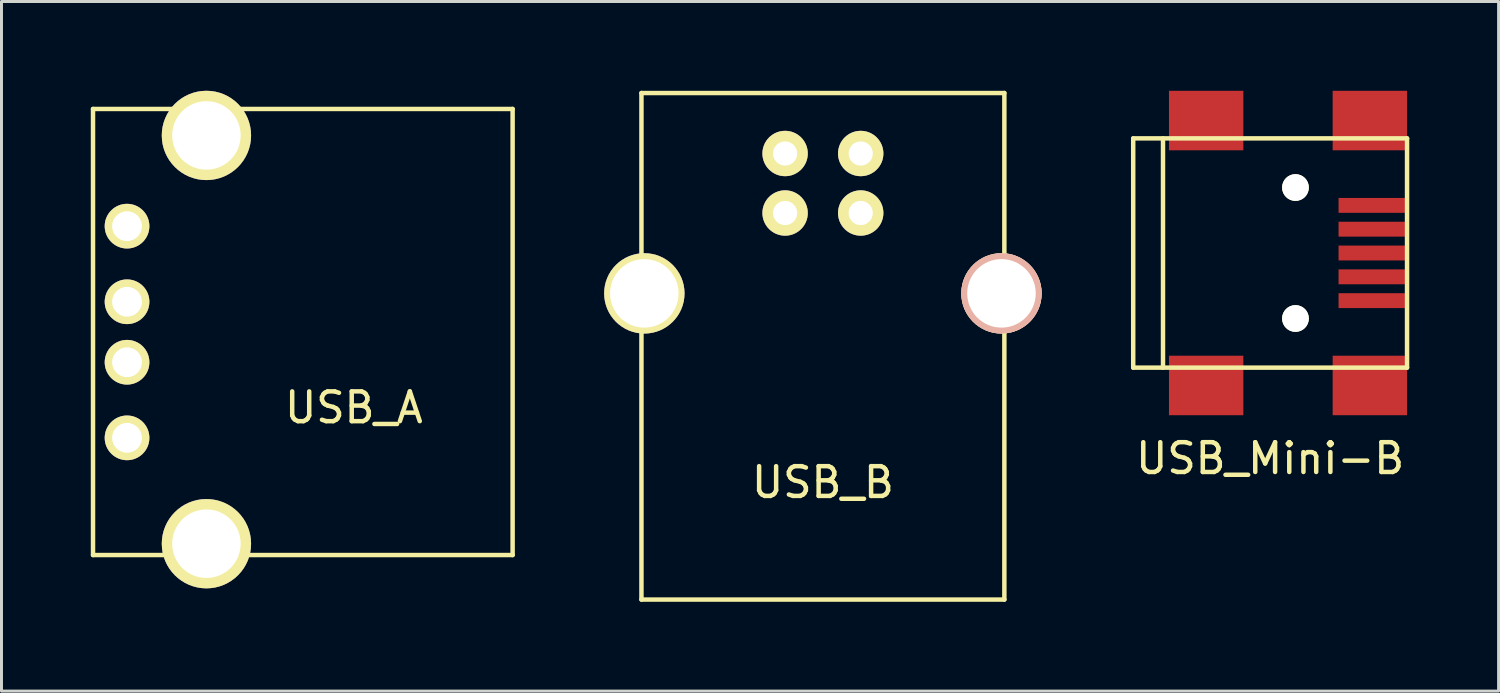
<source format=kicad_pcb>
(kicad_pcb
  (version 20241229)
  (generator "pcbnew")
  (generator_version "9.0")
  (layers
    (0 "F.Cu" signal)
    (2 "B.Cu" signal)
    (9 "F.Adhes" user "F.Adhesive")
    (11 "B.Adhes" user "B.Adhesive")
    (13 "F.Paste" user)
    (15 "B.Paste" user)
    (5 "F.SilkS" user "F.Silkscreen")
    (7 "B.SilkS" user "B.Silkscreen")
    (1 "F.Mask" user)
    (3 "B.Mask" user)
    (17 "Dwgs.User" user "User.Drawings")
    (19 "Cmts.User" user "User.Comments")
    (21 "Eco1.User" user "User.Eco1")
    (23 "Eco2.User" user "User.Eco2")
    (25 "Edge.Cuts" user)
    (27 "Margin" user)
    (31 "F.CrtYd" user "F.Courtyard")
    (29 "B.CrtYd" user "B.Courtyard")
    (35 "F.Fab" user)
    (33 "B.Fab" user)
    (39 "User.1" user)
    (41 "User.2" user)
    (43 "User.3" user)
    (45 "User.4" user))
  (footprint "USB_B"
    (layer "F.Cu")
    (at 24.596 6.806)
    (property "Reference" "USB_B" (at 0 6.35 0) (layer "F.SilkS") (effects (font (size 1 1) (thickness 0.15))))
    (attr through_hole)
    (fp_line (start -6.096 -6.731) (end -6.096 10.287) (stroke (width 0.15) (type solid)) (layer "F.SilkS"))
    (fp_line (start -6.096 10.287) (end 6.096 10.287) (stroke (width 0.15) (type solid)) (layer "F.SilkS"))
    (fp_line (start 6.096 -6.731) (end -6.096 -6.731) (stroke (width 0.15) (type solid)) (layer "F.SilkS"))
    (fp_line (start 6.096 10.287) (end 6.096 -6.731) (stroke (width 0.15) (type solid)) (layer "F.SilkS"))
    (pad "" np_thru_hole circle (at 5.999 0) (size 2.7 2.7) (drill 2.301) (layers "*.Cu" "*.SilkS" "*.Mask"))
    (pad "1" thru_hole circle (at 1.27 -4.699) (size 1.524 1.524) (drill 0.813) (layers "*.Cu" "*.Mask" "F.SilkS"))
    (pad "2" thru_hole circle (at -1.27 -4.699) (size 1.524 1.524) (drill 0.813) (layers "*.Cu" "*.Mask" "F.SilkS"))
    (pad "3" thru_hole circle (at -1.27 -2.7) (size 1.524 1.524) (drill 0.813) (layers "*.Cu" "*.Mask" "F.SilkS"))
    (pad "4" thru_hole circle (at 1.27 -2.7) (size 1.524 1.524) (drill 0.813) (layers "*.Cu" "*.Mask" "F.SilkS"))
    (pad "6" thru_hole circle (at -5.999 0) (size 2.7 2.7) (drill 2.301) (layers "*.Cu" "*.Mask" "F.SilkS")))
  (footprint "USB_A"
    (layer "F.Cu")
    (at 1.218 8.104)
    (property "Reference" "USB_A" (at 7.62 2.54 0) (layer "F.SilkS") (effects (font (size 1 1) (thickness 0.15))))
    (attr through_hole)
    (fp_line (start -1.143 -7.493) (end -1.143 7.493) (stroke (width 0.15) (type solid)) (layer "F.SilkS"))
    (fp_line (start -1.143 -7.493) (end 12.954 -7.493) (stroke (width 0.15) (type solid)) (layer "F.SilkS"))
    (fp_line (start 12.954 -7.493) (end 12.954 7.493) (stroke (width 0.15) (type solid)) (layer "F.SilkS"))
    (fp_line (start 12.954 7.493) (end -1.143 7.493) (stroke (width 0.15) (type solid)) (layer "F.SilkS"))
    (pad "1" thru_hole circle (at 0 3.556) (size 1.501 1.501) (drill 1.001) (layers "*.Cu" "*.Mask" "F.SilkS"))
    (pad "2" thru_hole circle (at 0 1.016) (size 1.501 1.501) (drill 1.001) (layers "*.Cu" "*.Mask" "F.SilkS"))
    (pad "3" thru_hole circle (at 0 -1.016) (size 1.501 1.501) (drill 1.001) (layers "*.Cu" "*.Mask" "F.SilkS"))
    (pad "4" thru_hole circle (at 0 -3.556) (size 1.501 1.501) (drill 1.001) (layers "*.Cu" "*.Mask" "F.SilkS"))
    (pad "5" thru_hole circle (at 2.667 -6.604) (size 3 3) (drill 2.301) (layers "*.Cu" "*.Mask" "F.SilkS"))
    (pad "6" thru_hole circle (at 2.667 7.112) (size 3 3) (drill 2.301) (layers "*.Cu" "*.Mask" "F.SilkS")))
  (footprint "USB_Mini-B"
    (layer "F.Cu")
    (at 39.621 5.45)
    (property "Reference" "USB_Mini-B" (at 0 6.901 0) (layer "F.SilkS") (effects (font (size 1 1) (thickness 0.15))))
    (attr through_hole)
    (fp_line (start -4.6 -3.851) (end -4.6 3.851) (stroke (width 0.15) (type solid)) (layer "F.SilkS"))
    (fp_line (start -4.6 3.851) (end 4.6 3.851) (stroke (width 0.15) (type solid)) (layer "F.SilkS"))
    (fp_line (start -3.599 -3.851) (end -3.599 3.851) (stroke (width 0.15) (type solid)) (layer "F.SilkS"))
    (fp_line (start 4.6 -3.851) (end -4.6 -3.851) (stroke (width 0.15) (type solid)) (layer "F.SilkS"))
    (fp_line (start 4.6 3.851) (end 4.6 -3.851) (stroke (width 0.15) (type solid)) (layer "F.SilkS"))
    (pad "" np_thru_hole circle (at 0.851 -2.2) (size 0.899 0.899) (drill 0.899) (layers "*.Cu" "*.Mask" "F.SilkS"))
    (pad "" np_thru_hole circle (at 0.851 2.2) (size 0.899 0.899) (drill 0.899) (layers "*.Cu" "*.Mask" "F.SilkS"))
    (pad "1" smd rect (at 3.449 -1.6) (size 2.301 0.5) (layers "F.Cu" "F.Mask" "F.Paste"))
    (pad "2" smd rect (at 3.449 -0.8) (size 2.301 0.5) (layers "F.Cu" "F.Mask" "F.Paste"))
    (pad "3" smd rect (at 3.449 0) (size 2.301 0.5) (layers "F.Cu" "F.Mask" "F.Paste"))
    (pad "4" smd rect (at 3.449 0.8) (size 2.301 0.5) (layers "F.Cu" "F.Mask" "F.Paste"))
    (pad "5" smd rect (at 3.449 1.6) (size 2.301 0.5) (layers "F.Cu" "F.Mask" "F.Paste"))
    (pad "6" smd rect (at 3.35 -4.45) (size 2.499 1.999) (layers "F.Cu" "F.Mask" "F.Paste"))
    (pad "7" smd rect (at -2.149 -4.45) (size 2.499 1.999) (layers "F.Cu" "F.Mask" "F.Paste"))
    (pad "8" smd rect (at 3.35 4.45) (size 2.499 1.999) (layers "F.Cu" "F.Mask" "F.Paste"))
    (pad "9" smd rect (at -2.149 4.45) (size 2.499 1.999) (layers "F.Cu" "F.Mask" "F.Paste")))
  (gr_rect
    (start -3 -3)
    (end 47.296 20.168)
    (stroke (width 0.1) (type default))
    (fill no)
    (layer "Edge.Cuts")))
</source>
